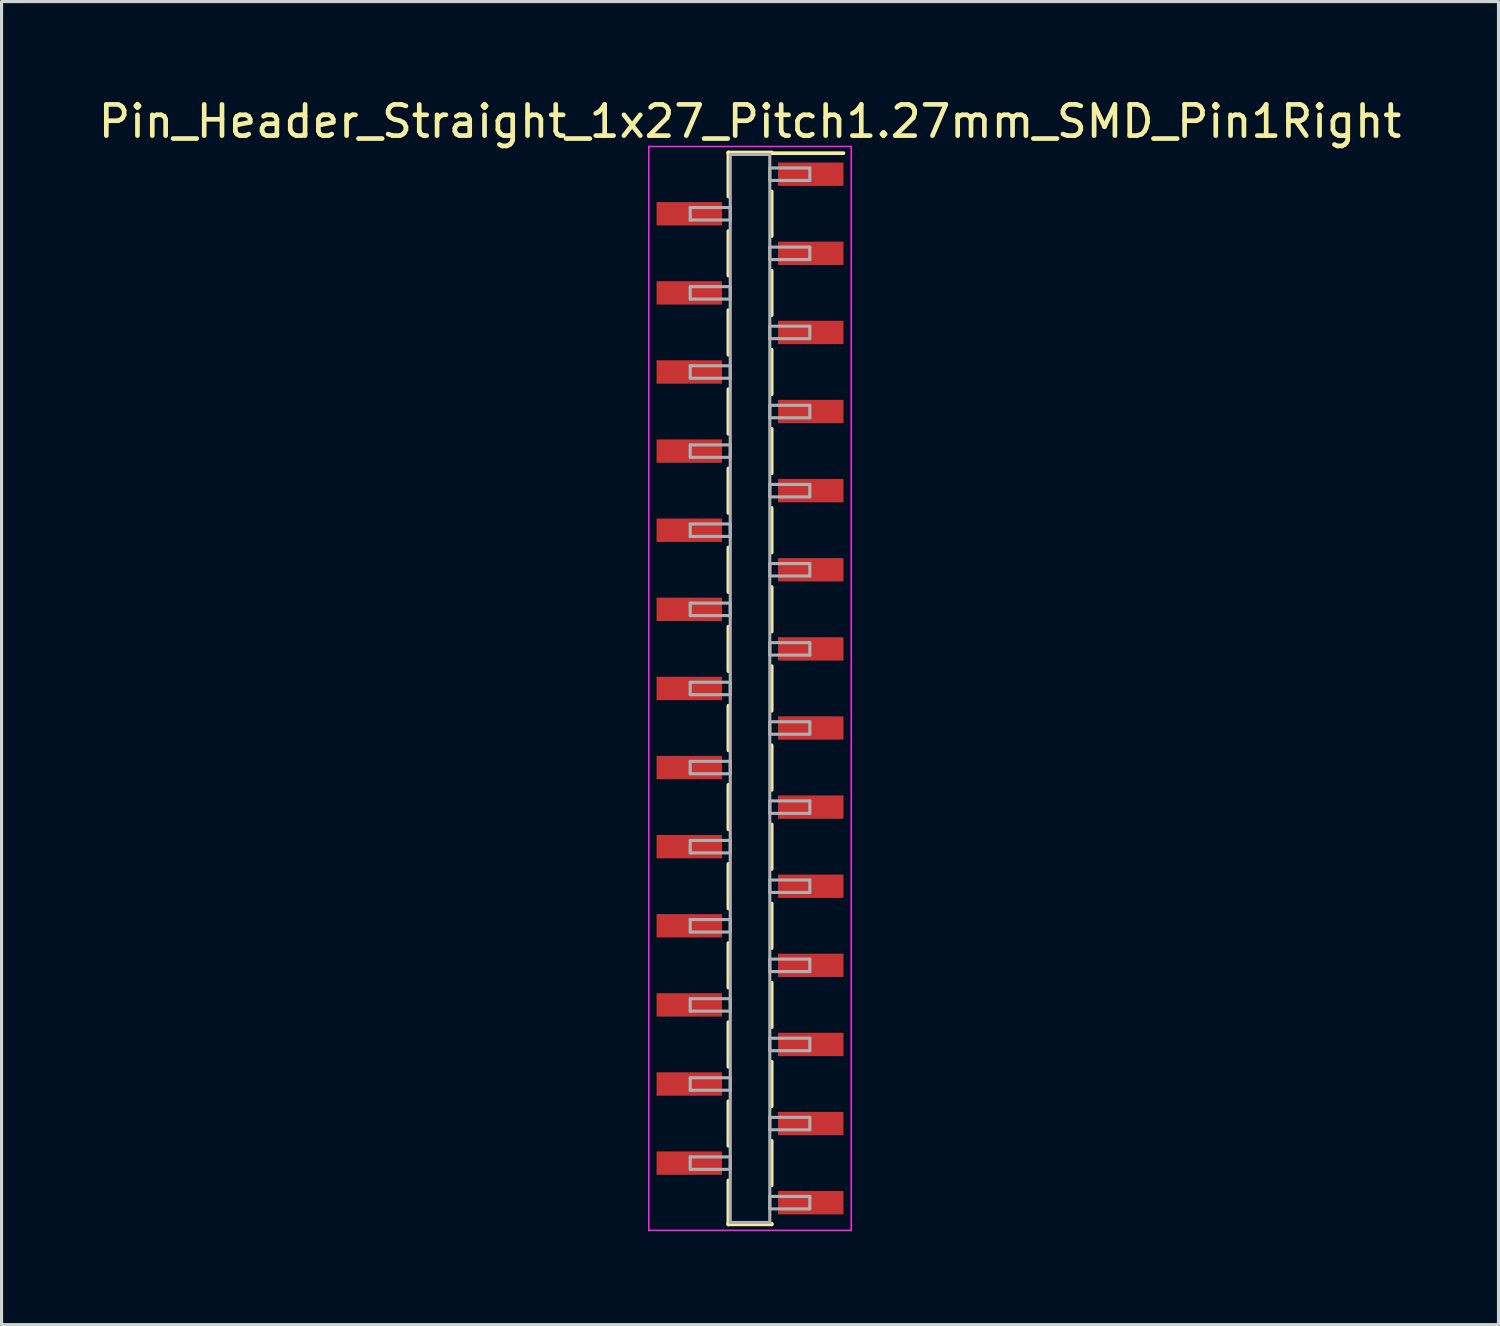
<source format=kicad_pcb>
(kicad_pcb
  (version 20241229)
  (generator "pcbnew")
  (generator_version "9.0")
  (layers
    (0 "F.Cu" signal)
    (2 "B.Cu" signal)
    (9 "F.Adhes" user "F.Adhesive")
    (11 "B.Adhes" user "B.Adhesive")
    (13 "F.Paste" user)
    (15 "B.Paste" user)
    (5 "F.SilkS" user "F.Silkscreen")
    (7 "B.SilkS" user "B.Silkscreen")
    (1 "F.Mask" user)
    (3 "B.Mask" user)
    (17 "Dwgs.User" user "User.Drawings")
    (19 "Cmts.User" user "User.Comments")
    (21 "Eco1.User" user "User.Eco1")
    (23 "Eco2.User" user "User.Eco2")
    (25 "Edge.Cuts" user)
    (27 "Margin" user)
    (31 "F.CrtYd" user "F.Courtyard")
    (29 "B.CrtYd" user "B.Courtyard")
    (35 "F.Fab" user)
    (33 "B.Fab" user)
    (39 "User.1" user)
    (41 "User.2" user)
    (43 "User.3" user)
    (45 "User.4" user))
  (footprint "Pin_Header_Straight_1x27_Pitch1.27mm_SMD_Pin1Right"
    (layer "F.Cu")
    (at 21.03 19.053)
    (property "Reference" "Pin_Header_Straight_1x27_Pitch1.27mm_SMD_Pin1Right" (at 0 -18.205 0) (layer "F.SilkS") (effects (font (size 1 1) (thickness 0.15))))
    (attr smd)
    (fp_line (start -0.695 -17.205) (end -0.695 -15.795) (stroke (width 0.12) (type solid)) (layer "F.SilkS"))
    (fp_line (start -0.695 -17.205) (end 0.695 -17.205) (stroke (width 0.12) (type solid)) (layer "F.SilkS"))
    (fp_line (start -0.695 -17.185) (end -0.695 -17.205) (stroke (width 0.12) (type solid)) (layer "F.SilkS"))
    (fp_line (start -0.695 -14.685) (end -0.695 -13.255) (stroke (width 0.12) (type solid)) (layer "F.SilkS"))
    (fp_line (start -0.695 -12.145) (end -0.695 -10.715) (stroke (width 0.12) (type solid)) (layer "F.SilkS"))
    (fp_line (start -0.695 -9.605) (end -0.695 -8.175) (stroke (width 0.12) (type solid)) (layer "F.SilkS"))
    (fp_line (start -0.695 -7.065) (end -0.695 -5.635) (stroke (width 0.12) (type solid)) (layer "F.SilkS"))
    (fp_line (start -0.695 -4.525) (end -0.695 -3.095) (stroke (width 0.12) (type solid)) (layer "F.SilkS"))
    (fp_line (start -0.695 -1.985) (end -0.695 -0.555) (stroke (width 0.12) (type solid)) (layer "F.SilkS"))
    (fp_line (start -0.695 0.555) (end -0.695 1.985) (stroke (width 0.12) (type solid)) (layer "F.SilkS"))
    (fp_line (start -0.695 3.095) (end -0.695 4.525) (stroke (width 0.12) (type solid)) (layer "F.SilkS"))
    (fp_line (start -0.695 5.635) (end -0.695 7.065) (stroke (width 0.12) (type solid)) (layer "F.SilkS"))
    (fp_line (start -0.695 8.175) (end -0.695 9.605) (stroke (width 0.12) (type solid)) (layer "F.SilkS"))
    (fp_line (start -0.695 10.715) (end -0.695 12.145) (stroke (width 0.12) (type solid)) (layer "F.SilkS"))
    (fp_line (start -0.695 13.255) (end -0.695 14.685) (stroke (width 0.12) (type solid)) (layer "F.SilkS"))
    (fp_line (start -0.695 15.795) (end -0.695 17.205) (stroke (width 0.12) (type solid)) (layer "F.SilkS"))
    (fp_line (start -0.695 17.185) (end -0.695 17.205) (stroke (width 0.12) (type solid)) (layer "F.SilkS"))
    (fp_line (start -0.695 17.205) (end 0.695 17.205) (stroke (width 0.12) (type solid)) (layer "F.SilkS"))
    (fp_line (start 0.695 -17.205) (end 0.695 -17.185) (stroke (width 0.12) (type solid)) (layer "F.SilkS"))
    (fp_line (start 0.695 -17.185) (end 3 -17.185) (stroke (width 0.12) (type solid)) (layer "F.SilkS"))
    (fp_line (start 0.695 -15.955) (end 0.695 -14.525) (stroke (width 0.12) (type solid)) (layer "F.SilkS"))
    (fp_line (start 0.695 -13.415) (end 0.695 -11.985) (stroke (width 0.12) (type solid)) (layer "F.SilkS"))
    (fp_line (start 0.695 -10.875) (end 0.695 -9.445) (stroke (width 0.12) (type solid)) (layer "F.SilkS"))
    (fp_line (start 0.695 -8.335) (end 0.695 -6.905) (stroke (width 0.12) (type solid)) (layer "F.SilkS"))
    (fp_line (start 0.695 -5.795) (end 0.695 -4.365) (stroke (width 0.12) (type solid)) (layer "F.SilkS"))
    (fp_line (start 0.695 -3.255) (end 0.695 -1.825) (stroke (width 0.12) (type solid)) (layer "F.SilkS"))
    (fp_line (start 0.695 -0.715) (end 0.695 0.715) (stroke (width 0.12) (type solid)) (layer "F.SilkS"))
    (fp_line (start 0.695 1.825) (end 0.695 3.255) (stroke (width 0.12) (type solid)) (layer "F.SilkS"))
    (fp_line (start 0.695 4.365) (end 0.695 5.795) (stroke (width 0.12) (type solid)) (layer "F.SilkS"))
    (fp_line (start 0.695 6.905) (end 0.695 8.335) (stroke (width 0.12) (type solid)) (layer "F.SilkS"))
    (fp_line (start 0.695 9.445) (end 0.695 10.875) (stroke (width 0.12) (type solid)) (layer "F.SilkS"))
    (fp_line (start 0.695 11.985) (end 0.695 13.415) (stroke (width 0.12) (type solid)) (layer "F.SilkS"))
    (fp_line (start 0.695 14.525) (end 0.695 15.955) (stroke (width 0.12) (type solid)) (layer "F.SilkS"))
    (fp_line (start 0.695 17.205) (end 0.695 17.185) (stroke (width 0.12) (type solid)) (layer "F.SilkS"))
    (fp_line (start -3.25 -17.4) (end -3.25 17.4) (stroke (width 0.05) (type solid)) (layer "F.CrtYd"))
    (fp_line (start -3.25 17.4) (end 3.25 17.4) (stroke (width 0.05) (type solid)) (layer "F.CrtYd"))
    (fp_line (start 3.25 -17.4) (end -3.25 -17.4) (stroke (width 0.05) (type solid)) (layer "F.CrtYd"))
    (fp_line (start 3.25 17.4) (end 3.25 -17.4) (stroke (width 0.05) (type solid)) (layer "F.CrtYd"))
    (fp_line (start -1.92 -15.44) (end -0.635 -15.44) (stroke (width 0.1) (type solid)) (layer "F.Fab"))
    (fp_line (start -1.92 -15.04) (end -1.92 -15.44) (stroke (width 0.1) (type solid)) (layer "F.Fab"))
    (fp_line (start -1.92 -12.9) (end -0.635 -12.9) (stroke (width 0.1) (type solid)) (layer "F.Fab"))
    (fp_line (start -1.92 -12.5) (end -1.92 -12.9) (stroke (width 0.1) (type solid)) (layer "F.Fab"))
    (fp_line (start -1.92 -10.36) (end -0.635 -10.36) (stroke (width 0.1) (type solid)) (layer "F.Fab"))
    (fp_line (start -1.92 -9.96) (end -1.92 -10.36) (stroke (width 0.1) (type solid)) (layer "F.Fab"))
    (fp_line (start -1.92 -7.82) (end -0.635 -7.82) (stroke (width 0.1) (type solid)) (layer "F.Fab"))
    (fp_line (start -1.92 -7.42) (end -1.92 -7.82) (stroke (width 0.1) (type solid)) (layer "F.Fab"))
    (fp_line (start -1.92 -5.28) (end -0.635 -5.28) (stroke (width 0.1) (type solid)) (layer "F.Fab"))
    (fp_line (start -1.92 -4.88) (end -1.92 -5.28) (stroke (width 0.1) (type solid)) (layer "F.Fab"))
    (fp_line (start -1.92 -2.74) (end -0.635 -2.74) (stroke (width 0.1) (type solid)) (layer "F.Fab"))
    (fp_line (start -1.92 -2.34) (end -1.92 -2.74) (stroke (width 0.1) (type solid)) (layer "F.Fab"))
    (fp_line (start -1.92 -0.2) (end -0.635 -0.2) (stroke (width 0.1) (type solid)) (layer "F.Fab"))
    (fp_line (start -1.92 0.2) (end -1.92 -0.2) (stroke (width 0.1) (type solid)) (layer "F.Fab"))
    (fp_line (start -1.92 2.34) (end -0.635 2.34) (stroke (width 0.1) (type solid)) (layer "F.Fab"))
    (fp_line (start -1.92 2.74) (end -1.92 2.34) (stroke (width 0.1) (type solid)) (layer "F.Fab"))
    (fp_line (start -1.92 4.88) (end -0.635 4.88) (stroke (width 0.1) (type solid)) (layer "F.Fab"))
    (fp_line (start -1.92 5.28) (end -1.92 4.88) (stroke (width 0.1) (type solid)) (layer "F.Fab"))
    (fp_line (start -1.92 7.42) (end -0.635 7.42) (stroke (width 0.1) (type solid)) (layer "F.Fab"))
    (fp_line (start -1.92 7.82) (end -1.92 7.42) (stroke (width 0.1) (type solid)) (layer "F.Fab"))
    (fp_line (start -1.92 9.96) (end -0.635 9.96) (stroke (width 0.1) (type solid)) (layer "F.Fab"))
    (fp_line (start -1.92 10.36) (end -1.92 9.96) (stroke (width 0.1) (type solid)) (layer "F.Fab"))
    (fp_line (start -1.92 12.5) (end -0.635 12.5) (stroke (width 0.1) (type solid)) (layer "F.Fab"))
    (fp_line (start -1.92 12.9) (end -1.92 12.5) (stroke (width 0.1) (type solid)) (layer "F.Fab"))
    (fp_line (start -1.92 15.04) (end -0.635 15.04) (stroke (width 0.1) (type solid)) (layer "F.Fab"))
    (fp_line (start -1.92 15.44) (end -1.92 15.04) (stroke (width 0.1) (type solid)) (layer "F.Fab"))
    (fp_line (start -0.635 -17.145) (end -0.635 17.145) (stroke (width 0.1) (type solid)) (layer "F.Fab"))
    (fp_line (start -0.635 -15.44) (end -0.635 -15.04) (stroke (width 0.1) (type solid)) (layer "F.Fab"))
    (fp_line (start -0.635 -15.04) (end -1.92 -15.04) (stroke (width 0.1) (type solid)) (layer "F.Fab"))
    (fp_line (start -0.635 -12.9) (end -0.635 -12.5) (stroke (width 0.1) (type solid)) (layer "F.Fab"))
    (fp_line (start -0.635 -12.5) (end -1.92 -12.5) (stroke (width 0.1) (type solid)) (layer "F.Fab"))
    (fp_line (start -0.635 -10.36) (end -0.635 -9.96) (stroke (width 0.1) (type solid)) (layer "F.Fab"))
    (fp_line (start -0.635 -9.96) (end -1.92 -9.96) (stroke (width 0.1) (type solid)) (layer "F.Fab"))
    (fp_line (start -0.635 -7.82) (end -0.635 -7.42) (stroke (width 0.1) (type solid)) (layer "F.Fab"))
    (fp_line (start -0.635 -7.42) (end -1.92 -7.42) (stroke (width 0.1) (type solid)) (layer "F.Fab"))
    (fp_line (start -0.635 -5.28) (end -0.635 -4.88) (stroke (width 0.1) (type solid)) (layer "F.Fab"))
    (fp_line (start -0.635 -4.88) (end -1.92 -4.88) (stroke (width 0.1) (type solid)) (layer "F.Fab"))
    (fp_line (start -0.635 -2.74) (end -0.635 -2.34) (stroke (width 0.1) (type solid)) (layer "F.Fab"))
    (fp_line (start -0.635 -2.34) (end -1.92 -2.34) (stroke (width 0.1) (type solid)) (layer "F.Fab"))
    (fp_line (start -0.635 -0.2) (end -0.635 0.2) (stroke (width 0.1) (type solid)) (layer "F.Fab"))
    (fp_line (start -0.635 0.2) (end -1.92 0.2) (stroke (width 0.1) (type solid)) (layer "F.Fab"))
    (fp_line (start -0.635 2.34) (end -0.635 2.74) (stroke (width 0.1) (type solid)) (layer "F.Fab"))
    (fp_line (start -0.635 2.74) (end -1.92 2.74) (stroke (width 0.1) (type solid)) (layer "F.Fab"))
    (fp_line (start -0.635 4.88) (end -0.635 5.28) (stroke (width 0.1) (type solid)) (layer "F.Fab"))
    (fp_line (start -0.635 5.28) (end -1.92 5.28) (stroke (width 0.1) (type solid)) (layer "F.Fab"))
    (fp_line (start -0.635 7.42) (end -0.635 7.82) (stroke (width 0.1) (type solid)) (layer "F.Fab"))
    (fp_line (start -0.635 7.82) (end -1.92 7.82) (stroke (width 0.1) (type solid)) (layer "F.Fab"))
    (fp_line (start -0.635 9.96) (end -0.635 10.36) (stroke (width 0.1) (type solid)) (layer "F.Fab"))
    (fp_line (start -0.635 10.36) (end -1.92 10.36) (stroke (width 0.1) (type solid)) (layer "F.Fab"))
    (fp_line (start -0.635 12.5) (end -0.635 12.9) (stroke (width 0.1) (type solid)) (layer "F.Fab"))
    (fp_line (start -0.635 12.9) (end -1.92 12.9) (stroke (width 0.1) (type solid)) (layer "F.Fab"))
    (fp_line (start -0.635 15.04) (end -0.635 15.44) (stroke (width 0.1) (type solid)) (layer "F.Fab"))
    (fp_line (start -0.635 15.44) (end -1.92 15.44) (stroke (width 0.1) (type solid)) (layer "F.Fab"))
    (fp_line (start -0.635 17.145) (end 0.635 17.145) (stroke (width 0.1) (type solid)) (layer "F.Fab"))
    (fp_line (start 0.635 -17.145) (end -0.635 -17.145) (stroke (width 0.1) (type solid)) (layer "F.Fab"))
    (fp_line (start 0.635 -16.71) (end 0.635 -16.31) (stroke (width 0.1) (type solid)) (layer "F.Fab"))
    (fp_line (start 0.635 -16.31) (end 1.92 -16.31) (stroke (width 0.1) (type solid)) (layer "F.Fab"))
    (fp_line (start 0.635 -14.17) (end 0.635 -13.77) (stroke (width 0.1) (type solid)) (layer "F.Fab"))
    (fp_line (start 0.635 -13.77) (end 1.92 -13.77) (stroke (width 0.1) (type solid)) (layer "F.Fab"))
    (fp_line (start 0.635 -11.63) (end 0.635 -11.23) (stroke (width 0.1) (type solid)) (layer "F.Fab"))
    (fp_line (start 0.635 -11.23) (end 1.92 -11.23) (stroke (width 0.1) (type solid)) (layer "F.Fab"))
    (fp_line (start 0.635 -9.09) (end 0.635 -8.69) (stroke (width 0.1) (type solid)) (layer "F.Fab"))
    (fp_line (start 0.635 -8.69) (end 1.92 -8.69) (stroke (width 0.1) (type solid)) (layer "F.Fab"))
    (fp_line (start 0.635 -6.55) (end 0.635 -6.15) (stroke (width 0.1) (type solid)) (layer "F.Fab"))
    (fp_line (start 0.635 -6.15) (end 1.92 -6.15) (stroke (width 0.1) (type solid)) (layer "F.Fab"))
    (fp_line (start 0.635 -4.01) (end 0.635 -3.61) (stroke (width 0.1) (type solid)) (layer "F.Fab"))
    (fp_line (start 0.635 -3.61) (end 1.92 -3.61) (stroke (width 0.1) (type solid)) (layer "F.Fab"))
    (fp_line (start 0.635 -1.47) (end 0.635 -1.07) (stroke (width 0.1) (type solid)) (layer "F.Fab"))
    (fp_line (start 0.635 -1.07) (end 1.92 -1.07) (stroke (width 0.1) (type solid)) (layer "F.Fab"))
    (fp_line (start 0.635 1.07) (end 0.635 1.47) (stroke (width 0.1) (type solid)) (layer "F.Fab"))
    (fp_line (start 0.635 1.47) (end 1.92 1.47) (stroke (width 0.1) (type solid)) (layer "F.Fab"))
    (fp_line (start 0.635 3.61) (end 0.635 4.01) (stroke (width 0.1) (type solid)) (layer "F.Fab"))
    (fp_line (start 0.635 4.01) (end 1.92 4.01) (stroke (width 0.1) (type solid)) (layer "F.Fab"))
    (fp_line (start 0.635 6.15) (end 0.635 6.55) (stroke (width 0.1) (type solid)) (layer "F.Fab"))
    (fp_line (start 0.635 6.55) (end 1.92 6.55) (stroke (width 0.1) (type solid)) (layer "F.Fab"))
    (fp_line (start 0.635 8.69) (end 0.635 9.09) (stroke (width 0.1) (type solid)) (layer "F.Fab"))
    (fp_line (start 0.635 9.09) (end 1.92 9.09) (stroke (width 0.1) (type solid)) (layer "F.Fab"))
    (fp_line (start 0.635 11.23) (end 0.635 11.63) (stroke (width 0.1) (type solid)) (layer "F.Fab"))
    (fp_line (start 0.635 11.63) (end 1.92 11.63) (stroke (width 0.1) (type solid)) (layer "F.Fab"))
    (fp_line (start 0.635 13.77) (end 0.635 14.17) (stroke (width 0.1) (type solid)) (layer "F.Fab"))
    (fp_line (start 0.635 14.17) (end 1.92 14.17) (stroke (width 0.1) (type solid)) (layer "F.Fab"))
    (fp_line (start 0.635 16.31) (end 0.635 16.71) (stroke (width 0.1) (type solid)) (layer "F.Fab"))
    (fp_line (start 0.635 16.71) (end 1.92 16.71) (stroke (width 0.1) (type solid)) (layer "F.Fab"))
    (fp_line (start 0.635 17.145) (end 0.635 -17.145) (stroke (width 0.1) (type solid)) (layer "F.Fab"))
    (fp_line (start 1.92 -16.71) (end 0.635 -16.71) (stroke (width 0.1) (type solid)) (layer "F.Fab"))
    (fp_line (start 1.92 -16.31) (end 1.92 -16.71) (stroke (width 0.1) (type solid)) (layer "F.Fab"))
    (fp_line (start 1.92 -14.17) (end 0.635 -14.17) (stroke (width 0.1) (type solid)) (layer "F.Fab"))
    (fp_line (start 1.92 -13.77) (end 1.92 -14.17) (stroke (width 0.1) (type solid)) (layer "F.Fab"))
    (fp_line (start 1.92 -11.63) (end 0.635 -11.63) (stroke (width 0.1) (type solid)) (layer "F.Fab"))
    (fp_line (start 1.92 -11.23) (end 1.92 -11.63) (stroke (width 0.1) (type solid)) (layer "F.Fab"))
    (fp_line (start 1.92 -9.09) (end 0.635 -9.09) (stroke (width 0.1) (type solid)) (layer "F.Fab"))
    (fp_line (start 1.92 -8.69) (end 1.92 -9.09) (stroke (width 0.1) (type solid)) (layer "F.Fab"))
    (fp_line (start 1.92 -6.55) (end 0.635 -6.55) (stroke (width 0.1) (type solid)) (layer "F.Fab"))
    (fp_line (start 1.92 -6.15) (end 1.92 -6.55) (stroke (width 0.1) (type solid)) (layer "F.Fab"))
    (fp_line (start 1.92 -4.01) (end 0.635 -4.01) (stroke (width 0.1) (type solid)) (layer "F.Fab"))
    (fp_line (start 1.92 -3.61) (end 1.92 -4.01) (stroke (width 0.1) (type solid)) (layer "F.Fab"))
    (fp_line (start 1.92 -1.47) (end 0.635 -1.47) (stroke (width 0.1) (type solid)) (layer "F.Fab"))
    (fp_line (start 1.92 -1.07) (end 1.92 -1.47) (stroke (width 0.1) (type solid)) (layer "F.Fab"))
    (fp_line (start 1.92 1.07) (end 0.635 1.07) (stroke (width 0.1) (type solid)) (layer "F.Fab"))
    (fp_line (start 1.92 1.47) (end 1.92 1.07) (stroke (width 0.1) (type solid)) (layer "F.Fab"))
    (fp_line (start 1.92 3.61) (end 0.635 3.61) (stroke (width 0.1) (type solid)) (layer "F.Fab"))
    (fp_line (start 1.92 4.01) (end 1.92 3.61) (stroke (width 0.1) (type solid)) (layer "F.Fab"))
    (fp_line (start 1.92 6.15) (end 0.635 6.15) (stroke (width 0.1) (type solid)) (layer "F.Fab"))
    (fp_line (start 1.92 6.55) (end 1.92 6.15) (stroke (width 0.1) (type solid)) (layer "F.Fab"))
    (fp_line (start 1.92 8.69) (end 0.635 8.69) (stroke (width 0.1) (type solid)) (layer "F.Fab"))
    (fp_line (start 1.92 9.09) (end 1.92 8.69) (stroke (width 0.1) (type solid)) (layer "F.Fab"))
    (fp_line (start 1.92 11.23) (end 0.635 11.23) (stroke (width 0.1) (type solid)) (layer "F.Fab"))
    (fp_line (start 1.92 11.63) (end 1.92 11.23) (stroke (width 0.1) (type solid)) (layer "F.Fab"))
    (fp_line (start 1.92 13.77) (end 0.635 13.77) (stroke (width 0.1) (type solid)) (layer "F.Fab"))
    (fp_line (start 1.92 14.17) (end 1.92 13.77) (stroke (width 0.1) (type solid)) (layer "F.Fab"))
    (fp_line (start 1.92 16.31) (end 0.635 16.31) (stroke (width 0.1) (type solid)) (layer "F.Fab"))
    (fp_line (start 1.92 16.71) (end 1.92 16.31) (stroke (width 0.1) (type solid)) (layer "F.Fab"))
    (pad "1" smd rect (at 1.95 -16.51) (size 2.1 0.75) (layers "F.Cu" "F.Mask"))
    (pad "2" smd rect (at -1.95 -15.24) (size 2.1 0.75) (layers "F.Cu" "F.Mask"))
    (pad "3" smd rect (at 1.95 -13.97) (size 2.1 0.75) (layers "F.Cu" "F.Mask"))
    (pad "4" smd rect (at -1.95 -12.7) (size 2.1 0.75) (layers "F.Cu" "F.Mask"))
    (pad "5" smd rect (at 1.95 -11.43) (size 2.1 0.75) (layers "F.Cu" "F.Mask"))
    (pad "6" smd rect (at -1.95 -10.16) (size 2.1 0.75) (layers "F.Cu" "F.Mask"))
    (pad "7" smd rect (at 1.95 -8.89) (size 2.1 0.75) (layers "F.Cu" "F.Mask"))
    (pad "8" smd rect (at -1.95 -7.62) (size 2.1 0.75) (layers "F.Cu" "F.Mask"))
    (pad "9" smd rect (at 1.95 -6.35) (size 2.1 0.75) (layers "F.Cu" "F.Mask"))
    (pad "10" smd rect (at -1.95 -5.08) (size 2.1 0.75) (layers "F.Cu" "F.Mask"))
    (pad "11" smd rect (at 1.95 -3.81) (size 2.1 0.75) (layers "F.Cu" "F.Mask"))
    (pad "12" smd rect (at -1.95 -2.54) (size 2.1 0.75) (layers "F.Cu" "F.Mask"))
    (pad "13" smd rect (at 1.95 -1.27) (size 2.1 0.75) (layers "F.Cu" "F.Mask"))
    (pad "14" smd rect (at -1.95 0) (size 2.1 0.75) (layers "F.Cu" "F.Mask"))
    (pad "15" smd rect (at 1.95 1.27) (size 2.1 0.75) (layers "F.Cu" "F.Mask"))
    (pad "16" smd rect (at -1.95 2.54) (size 2.1 0.75) (layers "F.Cu" "F.Mask"))
    (pad "17" smd rect (at 1.95 3.81) (size 2.1 0.75) (layers "F.Cu" "F.Mask"))
    (pad "18" smd rect (at -1.95 5.08) (size 2.1 0.75) (layers "F.Cu" "F.Mask"))
    (pad "19" smd rect (at 1.95 6.35) (size 2.1 0.75) (layers "F.Cu" "F.Mask"))
    (pad "20" smd rect (at -1.95 7.62) (size 2.1 0.75) (layers "F.Cu" "F.Mask"))
    (pad "21" smd rect (at 1.95 8.89) (size 2.1 0.75) (layers "F.Cu" "F.Mask"))
    (pad "22" smd rect (at -1.95 10.16) (size 2.1 0.75) (layers "F.Cu" "F.Mask"))
    (pad "23" smd rect (at 1.95 11.43) (size 2.1 0.75) (layers "F.Cu" "F.Mask"))
    (pad "24" smd rect (at -1.95 12.7) (size 2.1 0.75) (layers "F.Cu" "F.Mask"))
    (pad "25" smd rect (at 1.95 13.97) (size 2.1 0.75) (layers "F.Cu" "F.Mask"))
    (pad "26" smd rect (at -1.95 15.24) (size 2.1 0.75) (layers "F.Cu" "F.Mask"))
    (pad "27" smd rect (at 1.95 16.51) (size 2.1 0.75) (layers "F.Cu" "F.Mask")))
  (gr_rect
    (start -3 -3)
    (end 45.06 39.478)
    (stroke (width 0.1) (type default))
    (fill no)
    (layer "Edge.Cuts")))
</source>
